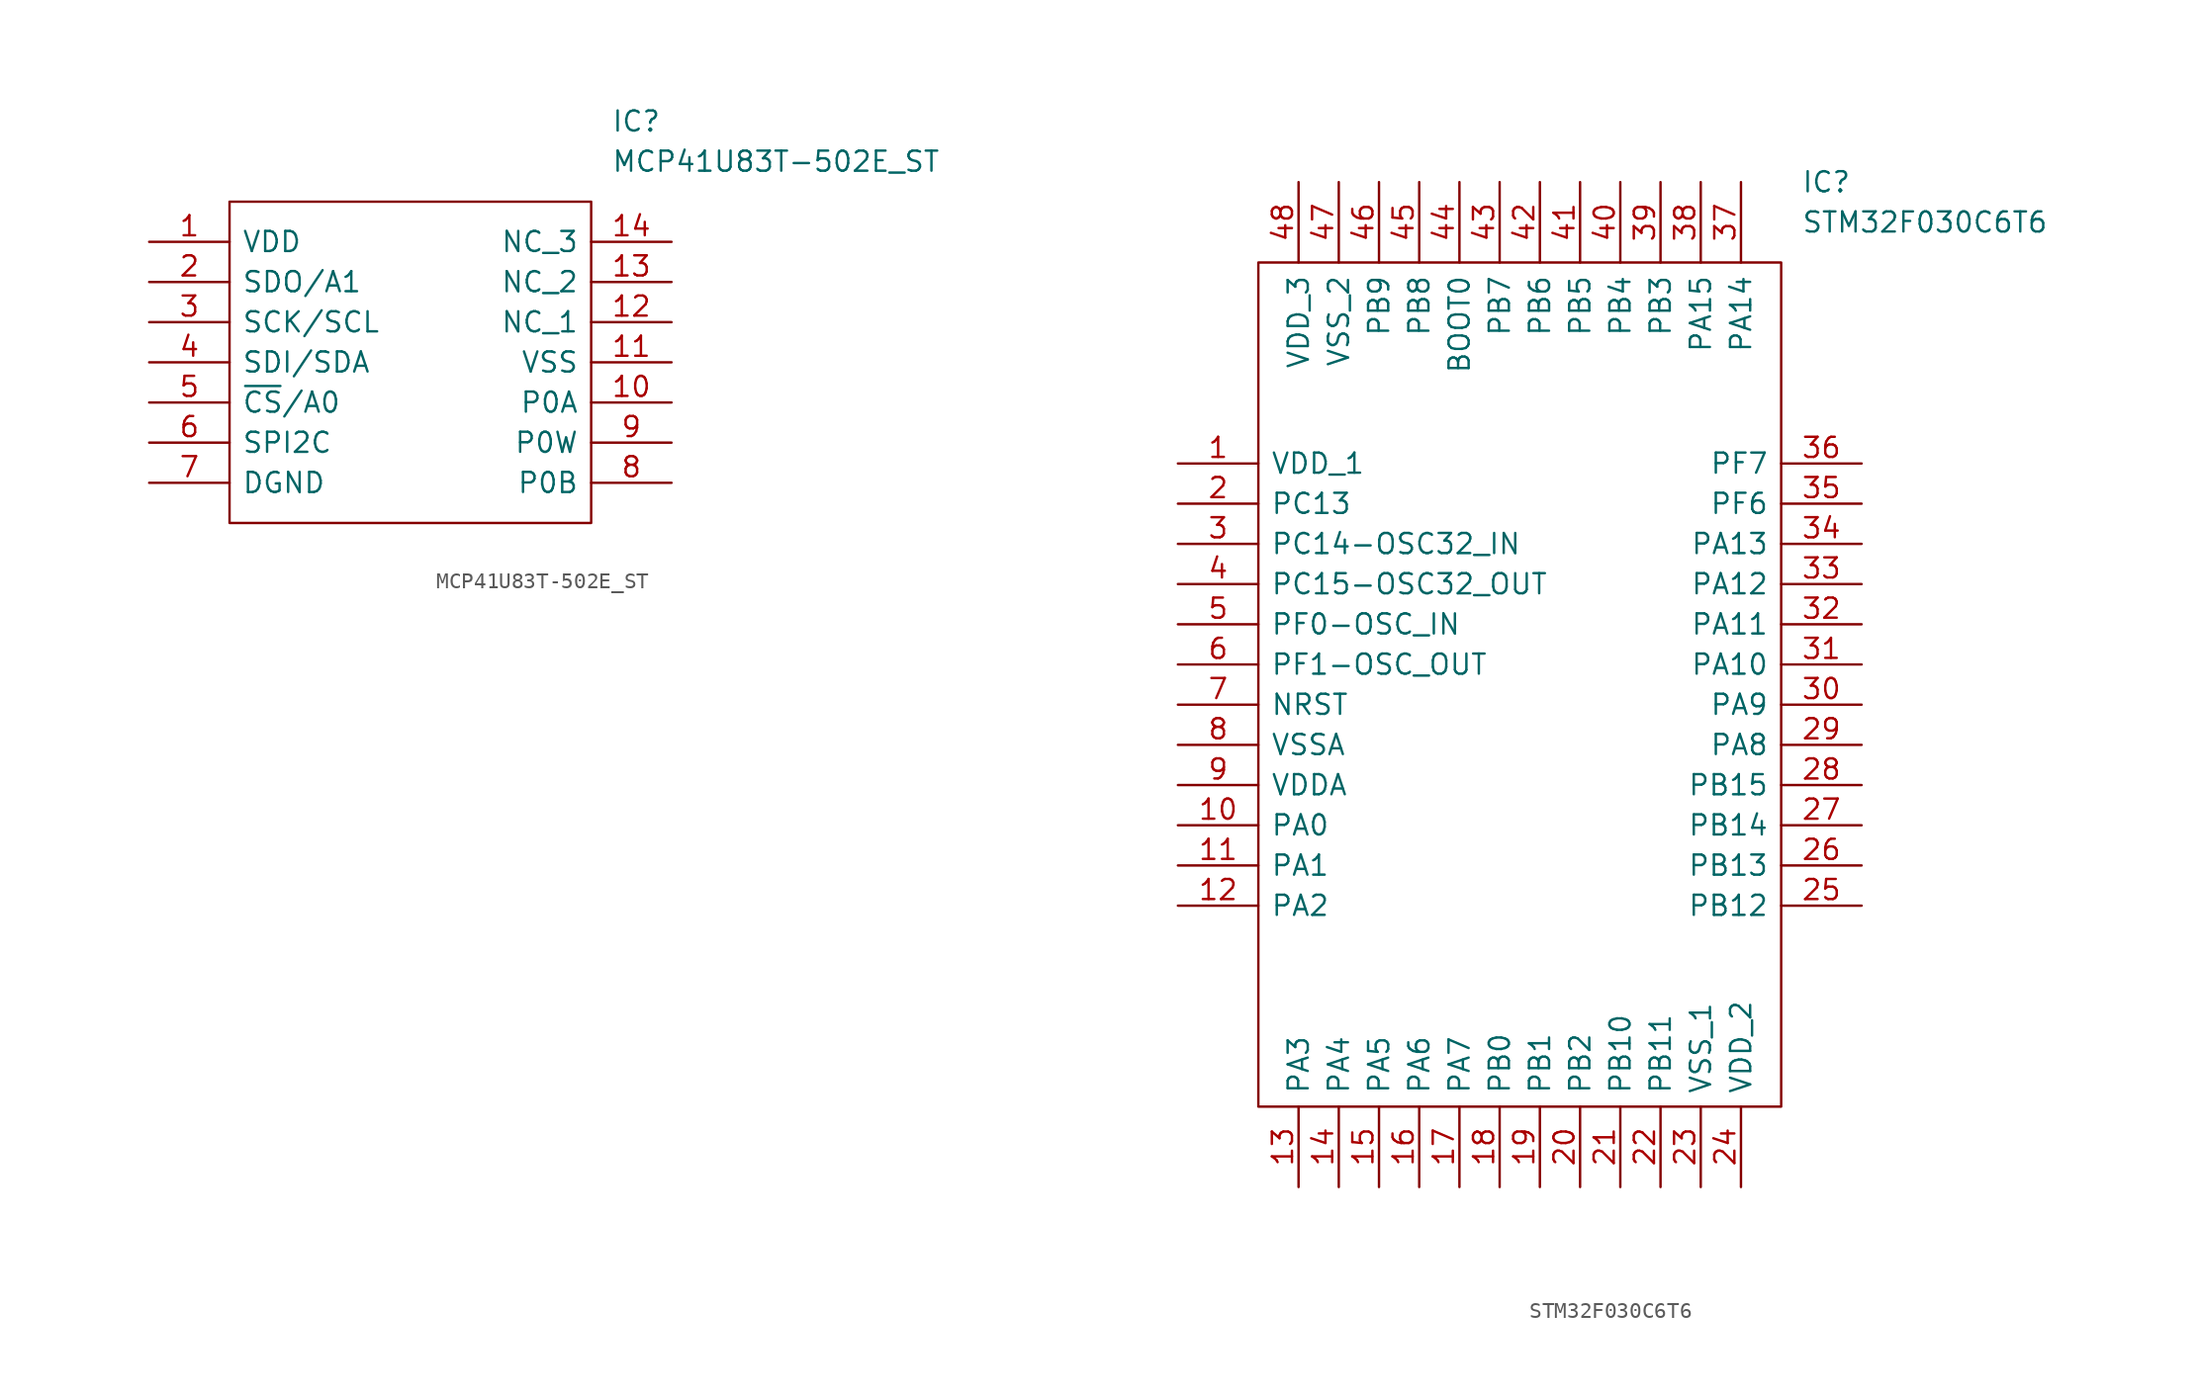
<source format=kicad_sym>
(kicad_symbol_lib
  (version 20241209)
  (generator "kicad_symbol_editor")
  (generator_version "9.0")
  (symbol "MCP41U83T-502E_ST"
    (pin_names
      (offset 0.762))
    (property "Reference" "IC"
      (at 29.21 7.62 0)
      (effects (font (size 1.27 1.27)) (justify left)))
    (property "Value" "MCP41U83T-502E_ST"
      (at 29.21 5.08 0)
      (effects (font (size 1.27 1.27)) (justify left)))
    (symbol "MCP41U83T-502E_ST_0_0"
      (pin passive line (at 0 0 0) (length 5.08) (name "VDD" (effects (font (size 1.27 1.27)))) (number "1" (effects (font (size 1.27 1.27)))))
      (pin passive line (at 0 -2.54 0) (length 5.08) (name "SDO/A1" (effects (font (size 1.27 1.27)))) (number "2" (effects (font (size 1.27 1.27)))))
      (pin passive line (at 0 -5.08 0) (length 5.08) (name "SCK/SCL" (effects (font (size 1.27 1.27)))) (number "3" (effects (font (size 1.27 1.27)))))
      (pin passive line (at 0 -7.62 0) (length 5.08) (name "SDI/SDA" (effects (font (size 1.27 1.27)))) (number "4" (effects (font (size 1.27 1.27)))))
      (pin passive line (at 0 -10.16 0) (length 5.08) (name "~{CS}/A0" (effects (font (size 1.27 1.27)))) (number "5" (effects (font (size 1.27 1.27)))))
      (pin passive line (at 0 -12.7 0) (length 5.08) (name "SPI2C" (effects (font (size 1.27 1.27)))) (number "6" (effects (font (size 1.27 1.27)))))
      (pin passive line (at 0 -15.24 0) (length 5.08) (name "DGND" (effects (font (size 1.27 1.27)))) (number "7" (effects (font (size 1.27 1.27)))))
      (pin passive line (at 33.02 0 180) (length 5.08) (name "NC_3" (effects (font (size 1.27 1.27)))) (number "14" (effects (font (size 1.27 1.27)))))
      (pin passive line (at 33.02 -2.54 180) (length 5.08) (name "NC_2" (effects (font (size 1.27 1.27)))) (number "13" (effects (font (size 1.27 1.27)))))
      (pin passive line (at 33.02 -5.08 180) (length 5.08) (name "NC_1" (effects (font (size 1.27 1.27)))) (number "12" (effects (font (size 1.27 1.27)))))
      (pin passive line (at 33.02 -7.62 180) (length 5.08) (name "VSS" (effects (font (size 1.27 1.27)))) (number "11" (effects (font (size 1.27 1.27)))))
      (pin passive line (at 33.02 -10.16 180) (length 5.08) (name "P0A" (effects (font (size 1.27 1.27)))) (number "10" (effects (font (size 1.27 1.27)))))
      (pin passive line (at 33.02 -12.7 180) (length 5.08) (name "P0W" (effects (font (size 1.27 1.27)))) (number "9" (effects (font (size 1.27 1.27)))))
      (pin passive line (at 33.02 -15.24 180) (length 5.08) (name "P0B" (effects (font (size 1.27 1.27)))) (number "8" (effects (font (size 1.27 1.27))))))
    (symbol "MCP41U83T-502E_ST_0_1"
      (polyline (pts (xy 5.08 2.54) (xy 27.94 2.54) (xy 27.94 -17.78) (xy 5.08 -17.78) (xy 5.08 2.54)) (stroke (width 0.152) (type solid)) (fill (type none)))))
  (symbol "STM32F030C6T6"
    (pin_names
      (offset 0.762))
    (property "Reference" "IC"
      (at 39.37 17.78 0)
      (effects (font (size 1.27 1.27)) (justify left)))
    (property "Value" "STM32F030C6T6"
      (at 39.37 15.24 0)
      (effects (font (size 1.27 1.27)) (justify left)))
    (symbol "STM32F030C6T6_0_0"
      (pin passive line (at 0 0 0) (length 5.08) (name "VDD_1" (effects (font (size 1.27 1.27)))) (number "1" (effects (font (size 1.27 1.27)))))
      (pin passive line (at 0 -2.54 0) (length 5.08) (name "PC13" (effects (font (size 1.27 1.27)))) (number "2" (effects (font (size 1.27 1.27)))))
      (pin passive line (at 0 -5.08 0) (length 5.08) (name "PC14-OSC32_IN" (effects (font (size 1.27 1.27)))) (number "3" (effects (font (size 1.27 1.27)))))
      (pin passive line (at 0 -7.62 0) (length 5.08) (name "PC15-OSC32_OUT" (effects (font (size 1.27 1.27)))) (number "4" (effects (font (size 1.27 1.27)))))
      (pin passive line (at 0 -10.16 0) (length 5.08) (name "PF0-OSC_IN" (effects (font (size 1.27 1.27)))) (number "5" (effects (font (size 1.27 1.27)))))
      (pin passive line (at 0 -12.7 0) (length 5.08) (name "PF1-OSC_OUT" (effects (font (size 1.27 1.27)))) (number "6" (effects (font (size 1.27 1.27)))))
      (pin passive line (at 0 -15.24 0) (length 5.08) (name "NRST" (effects (font (size 1.27 1.27)))) (number "7" (effects (font (size 1.27 1.27)))))
      (pin passive line (at 0 -17.78 0) (length 5.08) (name "VSSA" (effects (font (size 1.27 1.27)))) (number "8" (effects (font (size 1.27 1.27)))))
      (pin passive line (at 0 -20.32 0) (length 5.08) (name "VDDA" (effects (font (size 1.27 1.27)))) (number "9" (effects (font (size 1.27 1.27)))))
      (pin passive line (at 0 -22.86 0) (length 5.08) (name "PA0" (effects (font (size 1.27 1.27)))) (number "10" (effects (font (size 1.27 1.27)))))
      (pin passive line (at 0 -25.4 0) (length 5.08) (name "PA1" (effects (font (size 1.27 1.27)))) (number "11" (effects (font (size 1.27 1.27)))))
      (pin passive line (at 0 -27.94 0) (length 5.08) (name "PA2" (effects (font (size 1.27 1.27)))) (number "12" (effects (font (size 1.27 1.27)))))
      (pin passive line (at 7.62 17.78 270) (length 5.08) (name "VDD_3" (effects (font (size 1.27 1.27)))) (number "48" (effects (font (size 1.27 1.27)))))
      (pin passive line (at 7.62 -45.72 90) (length 5.08) (name "PA3" (effects (font (size 1.27 1.27)))) (number "13" (effects (font (size 1.27 1.27)))))
      (pin passive line (at 10.16 17.78 270) (length 5.08) (name "VSS_2" (effects (font (size 1.27 1.27)))) (number "47" (effects (font (size 1.27 1.27)))))
      (pin passive line (at 10.16 -45.72 90) (length 5.08) (name "PA4" (effects (font (size 1.27 1.27)))) (number "14" (effects (font (size 1.27 1.27)))))
      (pin passive line (at 12.7 17.78 270) (length 5.08) (name "PB9" (effects (font (size 1.27 1.27)))) (number "46" (effects (font (size 1.27 1.27)))))
      (pin passive line (at 12.7 -45.72 90) (length 5.08) (name "PA5" (effects (font (size 1.27 1.27)))) (number "15" (effects (font (size 1.27 1.27)))))
      (pin passive line (at 15.24 17.78 270) (length 5.08) (name "PB8" (effects (font (size 1.27 1.27)))) (number "45" (effects (font (size 1.27 1.27)))))
      (pin passive line (at 15.24 -45.72 90) (length 5.08) (name "PA6" (effects (font (size 1.27 1.27)))) (number "16" (effects (font (size 1.27 1.27)))))
      (pin passive line (at 17.78 17.78 270) (length 5.08) (name "BOOT0" (effects (font (size 1.27 1.27)))) (number "44" (effects (font (size 1.27 1.27)))))
      (pin passive line (at 17.78 -45.72 90) (length 5.08) (name "PA7" (effects (font (size 1.27 1.27)))) (number "17" (effects (font (size 1.27 1.27)))))
      (pin passive line (at 20.32 17.78 270) (length 5.08) (name "PB7" (effects (font (size 1.27 1.27)))) (number "43" (effects (font (size 1.27 1.27)))))
      (pin passive line (at 20.32 -45.72 90) (length 5.08) (name "PB0" (effects (font (size 1.27 1.27)))) (number "18" (effects (font (size 1.27 1.27)))))
      (pin passive line (at 22.86 17.78 270) (length 5.08) (name "PB6" (effects (font (size 1.27 1.27)))) (number "42" (effects (font (size 1.27 1.27)))))
      (pin passive line (at 22.86 -45.72 90) (length 5.08) (name "PB1" (effects (font (size 1.27 1.27)))) (number "19" (effects (font (size 1.27 1.27)))))
      (pin passive line (at 25.4 17.78 270) (length 5.08) (name "PB5" (effects (font (size 1.27 1.27)))) (number "41" (effects (font (size 1.27 1.27)))))
      (pin passive line (at 25.4 -45.72 90) (length 5.08) (name "PB2" (effects (font (size 1.27 1.27)))) (number "20" (effects (font (size 1.27 1.27)))))
      (pin passive line (at 27.94 17.78 270) (length 5.08) (name "PB4" (effects (font (size 1.27 1.27)))) (number "40" (effects (font (size 1.27 1.27)))))
      (pin passive line (at 27.94 -45.72 90) (length 5.08) (name "PB10" (effects (font (size 1.27 1.27)))) (number "21" (effects (font (size 1.27 1.27)))))
      (pin passive line (at 30.48 17.78 270) (length 5.08) (name "PB3" (effects (font (size 1.27 1.27)))) (number "39" (effects (font (size 1.27 1.27)))))
      (pin passive line (at 30.48 -45.72 90) (length 5.08) (name "PB11" (effects (font (size 1.27 1.27)))) (number "22" (effects (font (size 1.27 1.27)))))
      (pin passive line (at 33.02 17.78 270) (length 5.08) (name "PA15" (effects (font (size 1.27 1.27)))) (number "38" (effects (font (size 1.27 1.27)))))
      (pin passive line (at 33.02 -45.72 90) (length 5.08) (name "VSS_1" (effects (font (size 1.27 1.27)))) (number "23" (effects (font (size 1.27 1.27)))))
      (pin passive line (at 35.56 17.78 270) (length 5.08) (name "PA14" (effects (font (size 1.27 1.27)))) (number "37" (effects (font (size 1.27 1.27)))))
      (pin passive line (at 35.56 -45.72 90) (length 5.08) (name "VDD_2" (effects (font (size 1.27 1.27)))) (number "24" (effects (font (size 1.27 1.27)))))
      (pin passive line (at 43.18 0 180) (length 5.08) (name "PF7" (effects (font (size 1.27 1.27)))) (number "36" (effects (font (size 1.27 1.27)))))
      (pin passive line (at 43.18 -2.54 180) (length 5.08) (name "PF6" (effects (font (size 1.27 1.27)))) (number "35" (effects (font (size 1.27 1.27)))))
      (pin passive line (at 43.18 -5.08 180) (length 5.08) (name "PA13" (effects (font (size 1.27 1.27)))) (number "34" (effects (font (size 1.27 1.27)))))
      (pin passive line (at 43.18 -7.62 180) (length 5.08) (name "PA12" (effects (font (size 1.27 1.27)))) (number "33" (effects (font (size 1.27 1.27)))))
      (pin passive line (at 43.18 -10.16 180) (length 5.08) (name "PA11" (effects (font (size 1.27 1.27)))) (number "32" (effects (font (size 1.27 1.27)))))
      (pin passive line (at 43.18 -12.7 180) (length 5.08) (name "PA10" (effects (font (size 1.27 1.27)))) (number "31" (effects (font (size 1.27 1.27)))))
      (pin passive line (at 43.18 -15.24 180) (length 5.08) (name "PA9" (effects (font (size 1.27 1.27)))) (number "30" (effects (font (size 1.27 1.27)))))
      (pin passive line (at 43.18 -17.78 180) (length 5.08) (name "PA8" (effects (font (size 1.27 1.27)))) (number "29" (effects (font (size 1.27 1.27)))))
      (pin passive line (at 43.18 -20.32 180) (length 5.08) (name "PB15" (effects (font (size 1.27 1.27)))) (number "28" (effects (font (size 1.27 1.27)))))
      (pin passive line (at 43.18 -22.86 180) (length 5.08) (name "PB14" (effects (font (size 1.27 1.27)))) (number "27" (effects (font (size 1.27 1.27)))))
      (pin passive line (at 43.18 -25.4 180) (length 5.08) (name "PB13" (effects (font (size 1.27 1.27)))) (number "26" (effects (font (size 1.27 1.27)))))
      (pin passive line (at 43.18 -27.94 180) (length 5.08) (name "PB12" (effects (font (size 1.27 1.27)))) (number "25" (effects (font (size 1.27 1.27))))))
    (symbol "STM32F030C6T6_0_1"
      (polyline (pts (xy 5.08 12.7) (xy 38.1 12.7) (xy 38.1 -40.64) (xy 5.08 -40.64) (xy 5.08 12.7)) (stroke (width 0.152) (type solid)) (fill (type none))))))
</source>
